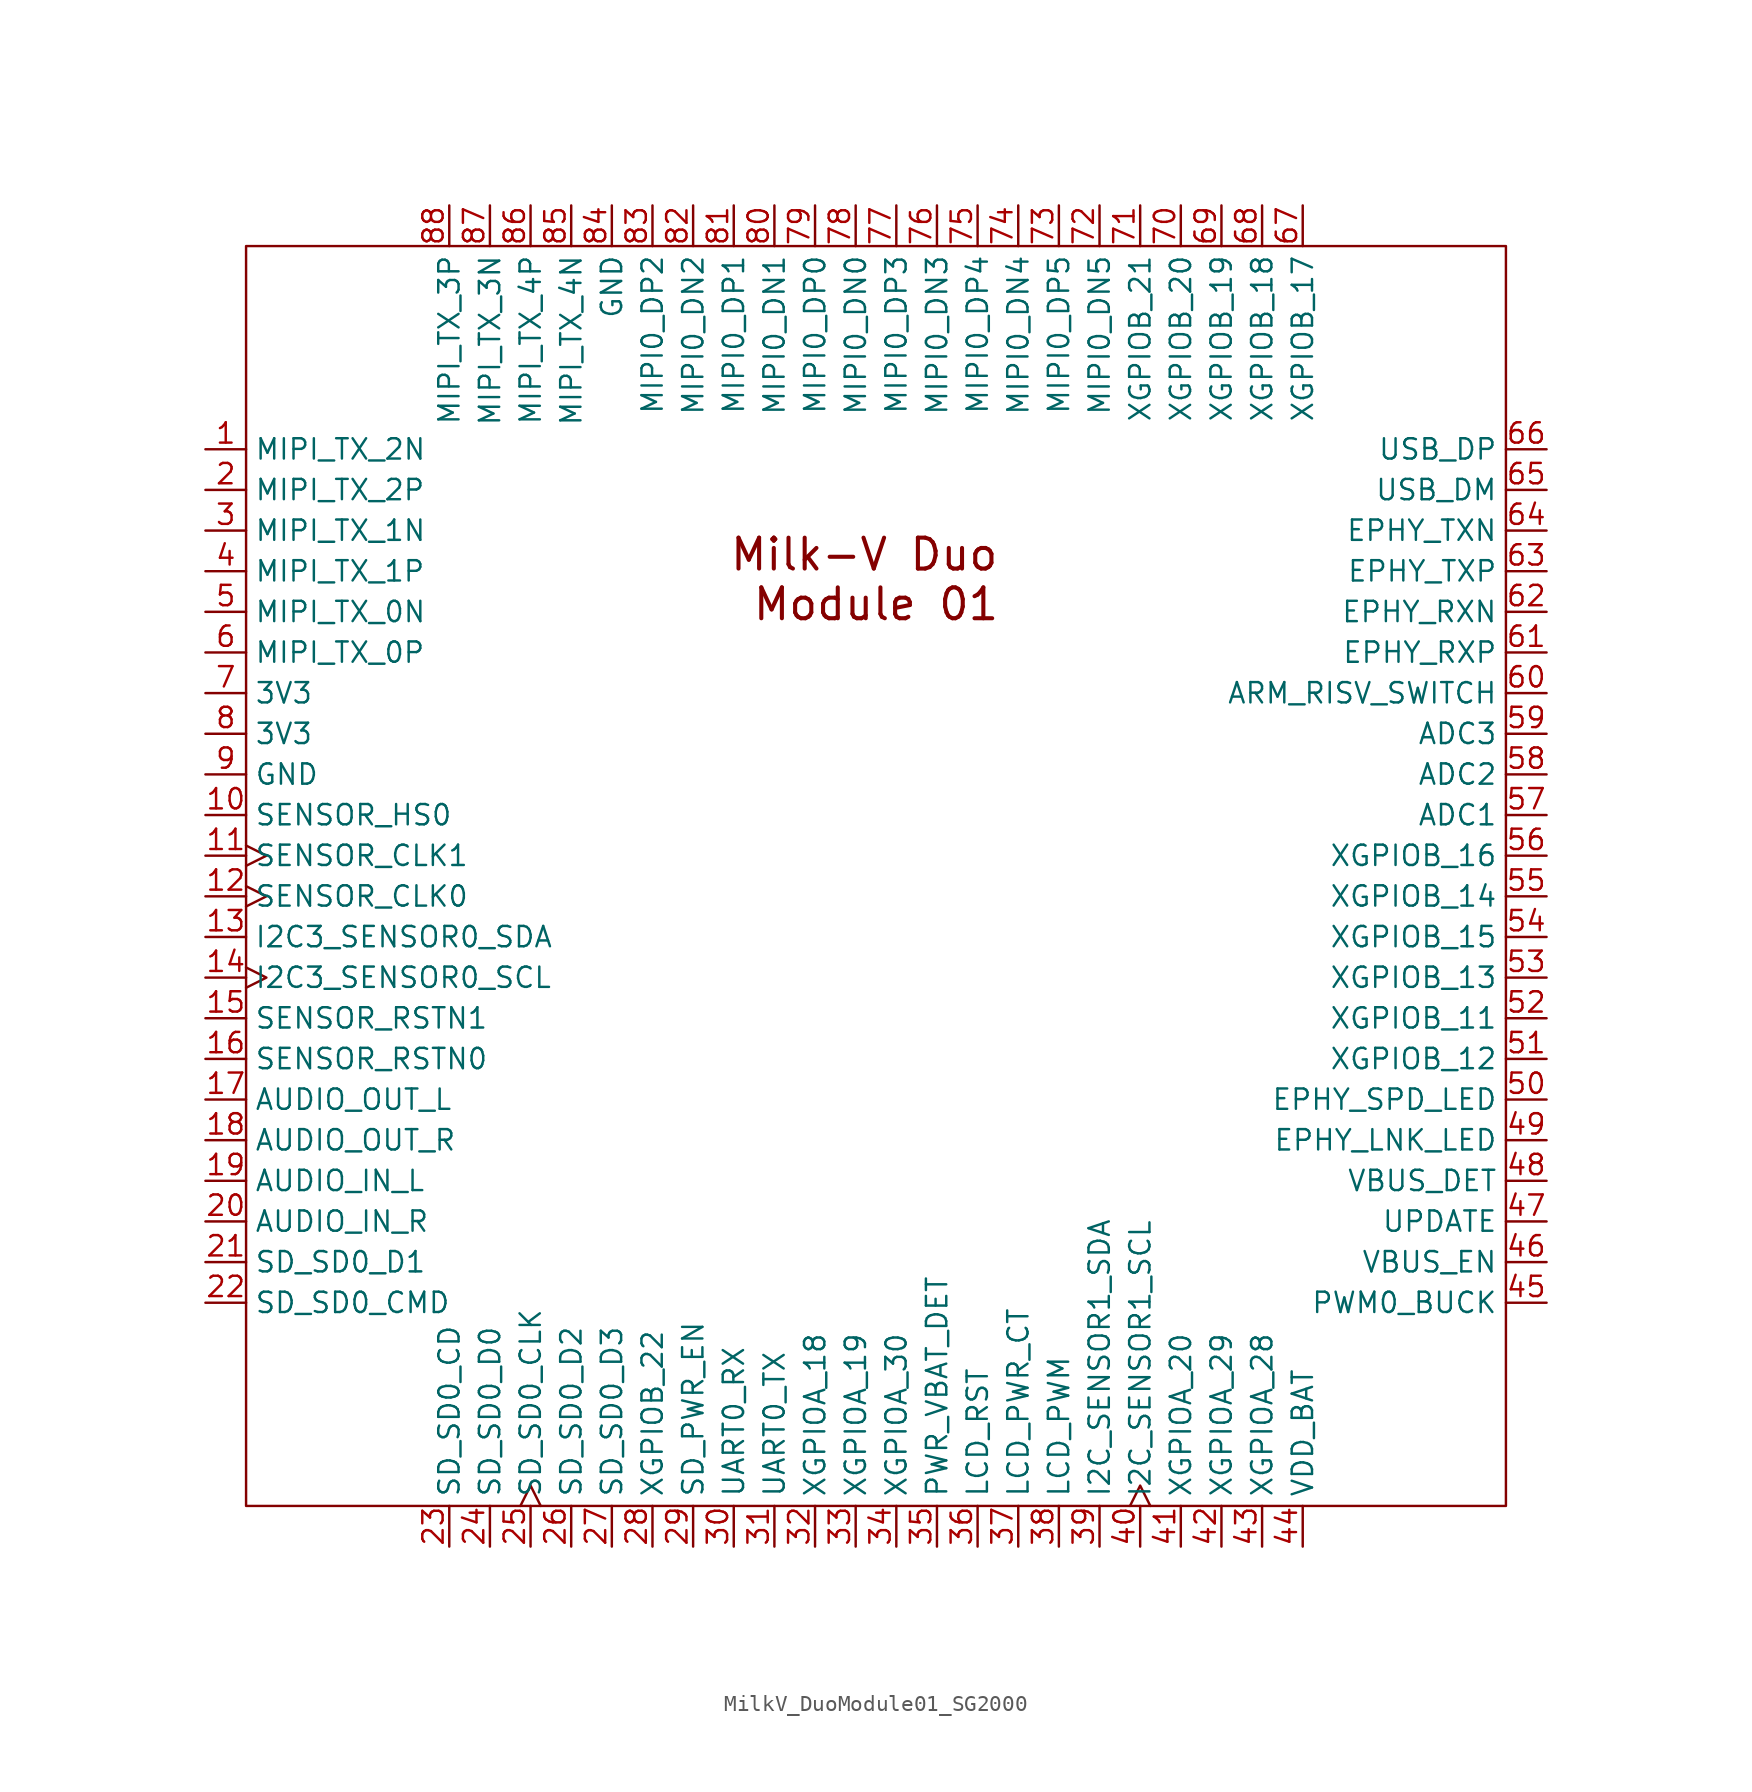
<source format=kicad_sym>
(kicad_symbol_lib
  (version 20241209)
  (generator "kicad_symbol_editor")
  (generator_version "9.0")
  (symbol "MilkV_DuoModule01_SG2000"
    (property "Reference" "U"
      (at 0 0 0)
      (effects (font (size 1.93 1.93)) (hide yes)))
    (property "Value" ""
      (at 0 0 0)
      (effects (font (size 1.27 1.27))))
    (symbol "MilkV_DuoModule01_SG2000_0_1"
      (rectangle (start -39.37 39.37) (end 39.37 -39.37) (stroke (width 0) (type default)) (fill (type none))))
    (symbol "MilkV_DuoModule01_SG2000_1_1"
      (text "Milk-V Duo \nModule 01" (at 0 18.542 0) (effects (font (size 1.93 1.93) (thickness 0.254) (bold yes))))
      (pin output line (at -41.91 26.67 0) (length 2.54) (name "MIPI_TX_2N" (effects (font (size 1.27 1.27)))) (number "1" (effects (font (size 1.27 1.27)))) (alternate "MIPI_TX_CN" output line) (alternate "XGPIO_16" bidirectional line))
      (pin output line (at -41.91 24.13 0) (length 2.54) (name "MIPI_TX_2P" (effects (font (size 1.27 1.27)))) (number "2" (effects (font (size 1.27 1.27)))) (alternate "MIPI_TX_CP" output line) (alternate "XGPIOC_17" bidirectional line))
      (pin output line (at -41.91 21.59 0) (length 2.54) (name "MIPI_TX_1N" (effects (font (size 1.27 1.27)))) (number "3" (effects (font (size 1.27 1.27)))) (alternate "XGPIOC_14" bidirectional line))
      (pin output line (at -41.91 19.05 0) (length 2.54) (name "MIPI_TX_1P" (effects (font (size 1.27 1.27)))) (number "4" (effects (font (size 1.27 1.27)))) (alternate "XGPIOC_15" bidirectional line))
      (pin output line (at -41.91 16.51 0) (length 2.54) (name "MIPI_TX_0N" (effects (font (size 1.27 1.27)))) (number "5" (effects (font (size 1.27 1.27)))) (alternate "XGPIOC_12" bidirectional line))
      (pin output line (at -41.91 13.97 0) (length 2.54) (name "MIPI_TX_0P" (effects (font (size 1.27 1.27)))) (number "6" (effects (font (size 1.27 1.27)))) (alternate "XGPIOC_13" bidirectional line))
      (pin power_in line (at -41.91 11.43 0) (length 2.54) (name "3V3" (effects (font (size 1.27 1.27)))) (number "7" (effects (font (size 1.27 1.27)))))
      (pin power_in line (at -41.91 8.89 0) (length 2.54) (name "3V3" (effects (font (size 1.27 1.27)))) (number "8" (effects (font (size 1.27 1.27)))))
      (pin power_in line (at -41.91 6.35 0) (length 2.54) (name "GND" (effects (font (size 1.27 1.27)))) (number "9" (effects (font (size 1.27 1.27)))))
      (pin bidirectional line (at -41.91 3.81 0) (length 2.54) (name "SENSOR_HS0" (effects (font (size 1.27 1.27)))) (number "10" (effects (font (size 1.27 1.27)))) (alternate "XGPIOA_1" bidirectional line))
      (pin bidirectional clock (at -41.91 1.27 0) (length 2.54) (name "SENSOR_CLK1" (effects (font (size 1.27 1.27)))) (number "11" (effects (font (size 1.27 1.27)))) (alternate "XGPIOA_3" bidirectional line))
      (pin bidirectional clock (at -41.91 -1.27 0) (length 2.54) (name "SENSOR_CLK0" (effects (font (size 1.27 1.27)))) (number "12" (effects (font (size 1.27 1.27)))) (alternate "XGPIOA_0" bidirectional line))
      (pin bidirectional line (at -41.91 -3.81 0) (length 2.54) (name "I2C3_SENSOR0_SDA" (effects (font (size 1.27 1.27)))) (number "13" (effects (font (size 1.27 1.27)))) (alternate "XGPIOA_6" bidirectional line))
      (pin bidirectional clock (at -41.91 -6.35 0) (length 2.54) (name "I2C3_SENSOR0_SCL" (effects (font (size 1.27 1.27)))) (number "14" (effects (font (size 1.27 1.27)))) (alternate "XGPIOA_5" bidirectional line))
      (pin bidirectional line (at -41.91 -8.89 0) (length 2.54) (name "SENSOR_RSTN1" (effects (font (size 1.27 1.27)))) (number "15" (effects (font (size 1.27 1.27)))) (alternate "XGPIOA_4" bidirectional line))
      (pin bidirectional line (at -41.91 -11.43 0) (length 2.54) (name "SENSOR_RSTN0" (effects (font (size 1.27 1.27)))) (number "16" (effects (font (size 1.27 1.27)))) (alternate "XGPIOA_2" bidirectional line))
      (pin output line (at -41.91 -13.97 0) (length 2.54) (name "AUDIO_OUT_L" (effects (font (size 1.27 1.27)))) (number "17" (effects (font (size 1.27 1.27)))))
      (pin output line (at -41.91 -16.51 0) (length 2.54) (name "AUDIO_OUT_R" (effects (font (size 1.27 1.27)))) (number "18" (effects (font (size 1.27 1.27)))))
      (pin input line (at -41.91 -19.05 0) (length 2.54) (name "AUDIO_IN_L" (effects (font (size 1.27 1.27)))) (number "19" (effects (font (size 1.27 1.27)))))
      (pin input line (at -41.91 -21.59 0) (length 2.54) (name "AUDIO_IN_R" (effects (font (size 1.27 1.27)))) (number "20" (effects (font (size 1.27 1.27)))))
      (pin bidirectional line (at -41.91 -24.13 0) (length 2.54) (name "SD_SD0_D1" (effects (font (size 1.27 1.27)))) (number "21" (effects (font (size 1.27 1.27)))) (alternate "XGPIOA_10" bidirectional line))
      (pin bidirectional line (at -41.91 -26.67 0) (length 2.54) (name "SD_SD0_CMD" (effects (font (size 1.27 1.27)))) (number "22" (effects (font (size 1.27 1.27)))) (alternate "XGPIOA_8" bidirectional line))
      (pin output line (at -26.67 41.91 270) (length 2.54) (name "MIPI_TX_3P" (effects (font (size 1.27 1.27)))) (number "88" (effects (font (size 1.27 1.27)))) (alternate "XGPIOC_21" bidirectional line))
      (pin bidirectional line (at -26.67 -41.91 90) (length 2.54) (name "SD_SD0_CD" (effects (font (size 1.27 1.27)))) (number "23" (effects (font (size 1.27 1.27)))) (alternate "XGPIOA_13" bidirectional line))
      (pin output line (at -24.13 41.91 270) (length 2.54) (name "MIPI_TX_3N" (effects (font (size 1.27 1.27)))) (number "87" (effects (font (size 1.27 1.27)))) (alternate "XGPIOC_20" bidirectional line))
      (pin bidirectional line (at -24.13 -41.91 90) (length 2.54) (name "SD_SD0_D0" (effects (font (size 1.27 1.27)))) (number "24" (effects (font (size 1.27 1.27)))) (alternate "XGPIOA_9" bidirectional line))
      (pin output line (at -21.59 41.91 270) (length 2.54) (name "MIPI_TX_4P" (effects (font (size 1.27 1.27)))) (number "86" (effects (font (size 1.27 1.27)))) (alternate "XGPIOC_19" bidirectional line))
      (pin bidirectional clock (at -21.59 -41.91 90) (length 2.54) (name "SD_SD0_CLK" (effects (font (size 1.27 1.27)))) (number "25" (effects (font (size 1.27 1.27)))) (alternate "XGPIOA_7" bidirectional line))
      (pin output line (at -19.05 41.91 270) (length 2.54) (name "MIPI_TX_4N" (effects (font (size 1.27 1.27)))) (number "85" (effects (font (size 1.27 1.27)))) (alternate "XGPIOC_18" bidirectional line))
      (pin bidirectional line (at -19.05 -41.91 90) (length 2.54) (name "SD_SD0_D2" (effects (font (size 1.27 1.27)))) (number "26" (effects (font (size 1.27 1.27)))) (alternate "XGPIOA_11" bidirectional line))
      (pin power_in line (at -16.51 41.91 270) (length 2.54) (name "GND" (effects (font (size 1.27 1.27)))) (number "84" (effects (font (size 1.27 1.27)))))
      (pin bidirectional line (at -16.51 -41.91 90) (length 2.54) (name "SD_SD0_D3" (effects (font (size 1.27 1.27)))) (number "27" (effects (font (size 1.27 1.27)))) (alternate "XGPIOA_12" bidirectional line))
      (pin bidirectional line (at -13.97 41.91 270) (length 2.54) (name "MIPI0_DP2" (effects (font (size 1.27 1.27)))) (number "83" (effects (font (size 1.27 1.27)))) (alternate "XGPIOC_7" bidirectional line))
      (pin bidirectional line (at -13.97 -41.91 90) (length 2.54) (name "XGPIOB_22" (effects (font (size 1.27 1.27)))) (number "28" (effects (font (size 1.27 1.27)))) (alternate "UART2_RX" input line))
      (pin bidirectional line (at -11.43 41.91 270) (length 2.54) (name "MIPI0_DN2" (effects (font (size 1.27 1.27)))) (number "82" (effects (font (size 1.27 1.27)))) (alternate "XGPIOC_6" bidirectional line))
      (pin bidirectional line (at -11.43 -41.91 90) (length 2.54) (name "SD_PWR_EN" (effects (font (size 1.27 1.27)))) (number "29" (effects (font (size 1.27 1.27)))))
      (pin bidirectional line (at -8.89 41.91 270) (length 2.54) (name "MIPI0_DP1" (effects (font (size 1.27 1.27)))) (number "81" (effects (font (size 1.27 1.27)))) (alternate "XGPIOC_9" bidirectional line))
      (pin input line (at -8.89 -41.91 90) (length 2.54) (name "UART0_RX" (effects (font (size 1.27 1.27)))) (number "30" (effects (font (size 1.27 1.27)))) (alternate "LCD_PWM" output line) (alternate "PWM8" output line) (alternate "PWR_GPIO_0" bidirectional line) (alternate "UART2_TX" output line))
      (pin bidirectional line (at -6.35 41.91 270) (length 2.54) (name "MIPI0_DN1" (effects (font (size 1.27 1.27)))) (number "80" (effects (font (size 1.27 1.27)))) (alternate "XGPIOC_8" bidirectional line))
      (pin output line (at -6.35 -41.91 90) (length 2.54) (name "UART0_TX" (effects (font (size 1.27 1.27)))) (number "31" (effects (font (size 1.27 1.27)))) (alternate "PWM4" output line) (alternate "UART1_TX" output line) (alternate "XGPIOA_16" bidirectional line))
      (pin bidirectional line (at -3.81 41.91 270) (length 2.54) (name "MIPI0_DP0" (effects (font (size 1.27 1.27)))) (number "79" (effects (font (size 1.27 1.27)))) (alternate "XGPIOC_11" bidirectional line))
      (pin bidirectional line (at -3.81 -41.91 90) (length 2.54) (name "XGPIOA_18" (effects (font (size 1.27 1.27)))) (number "32" (effects (font (size 1.27 1.27)))) (alternate "JTAG_TCK" bidirectional line) (alternate "PWM6" output line) (alternate "UART1_CTS" bidirectional line) (alternate "UART1_RX" input line))
      (pin bidirectional line (at -1.27 41.91 270) (length 2.54) (name "MIPI0_DN0" (effects (font (size 1.27 1.27)))) (number "78" (effects (font (size 1.27 1.27)))) (alternate "XGPIOC_10" bidirectional line))
      (pin bidirectional line (at -1.27 -41.91 90) (length 2.54) (name "XGPIOA_19" (effects (font (size 1.27 1.27)))) (number "33" (effects (font (size 1.27 1.27)))) (alternate "JTAG_TMS" bidirectional line) (alternate "PWM7" output line) (alternate "UART1_RTS" bidirectional line) (alternate "UART1_TX" output line))
      (pin bidirectional line (at 1.27 41.91 270) (length 2.54) (name "MIPI0_DP3" (effects (font (size 1.27 1.27)))) (number "77" (effects (font (size 1.27 1.27)))) (alternate "XGPIOC_5" bidirectional line))
      (pin bidirectional line (at 1.27 -41.91 90) (length 2.54) (name "XGPIOA_30" (effects (font (size 1.27 1.27)))) (number "34" (effects (font (size 1.27 1.27)))))
      (pin bidirectional line (at 3.81 41.91 270) (length 2.54) (name "MIPI0_DN3" (effects (font (size 1.27 1.27)))) (number "76" (effects (font (size 1.27 1.27)))) (alternate "XGPIOC_4" bidirectional line))
      (pin bidirectional line (at 3.81 -41.91 90) (length 2.54) (name "PWR_VBAT_DET" (effects (font (size 1.27 1.27)))) (number "35" (effects (font (size 1.27 1.27)))))
      (pin bidirectional line (at 6.35 41.91 270) (length 2.54) (name "MIPI0_DP4" (effects (font (size 1.27 1.27)))) (number "75" (effects (font (size 1.27 1.27)))) (alternate "XGPIOC_3" bidirectional line))
      (pin bidirectional line (at 6.35 -41.91 90) (length 2.54) (name "LCD_RST" (effects (font (size 1.27 1.27)))) (number "36" (effects (font (size 1.27 1.27)))) (alternate "I2C2_SDA" bidirectional line) (alternate "PWM10" output line))
      (pin bidirectional line (at 8.89 41.91 270) (length 2.54) (name "MIPI0_DN4" (effects (font (size 1.27 1.27)))) (number "74" (effects (font (size 1.27 1.27)))) (alternate "XGPIOC_2" bidirectional line))
      (pin bidirectional line (at 8.89 -41.91 90) (length 2.54) (name "LCD_PWR_CT" (effects (font (size 1.27 1.27)))) (number "37" (effects (font (size 1.27 1.27)))))
      (pin bidirectional line (at 11.43 41.91 270) (length 2.54) (name "MIPI0_DP5" (effects (font (size 1.27 1.27)))) (number "73" (effects (font (size 1.27 1.27)))) (alternate "XGPIOC_1" bidirectional line))
      (pin bidirectional line (at 11.43 -41.91 90) (length 2.54) (name "LCD_PWM" (effects (font (size 1.27 1.27)))) (number "38" (effects (font (size 1.27 1.27)))))
      (pin bidirectional line (at 13.97 41.91 270) (length 2.54) (name "MIPI0_DN5" (effects (font (size 1.27 1.27)))) (number "72" (effects (font (size 1.27 1.27)))) (alternate "XGPIOC_0" bidirectional line))
      (pin bidirectional line (at 13.97 -41.91 90) (length 2.54) (name "I2C_SENSOR1_SDA" (effects (font (size 1.27 1.27)))) (number "39" (effects (font (size 1.27 1.27)))) (alternate "PWR_GPIO_13" bidirectional line))
      (pin bidirectional line (at 16.51 41.91 270) (length 2.54) (name "XGPIOB_21" (effects (font (size 1.27 1.27)))) (number "71" (effects (font (size 1.27 1.27)))) (alternate "I2C4_SDA" bidirectional line))
      (pin bidirectional clock (at 16.51 -41.91 90) (length 2.54) (name "I2C_SENSOR1_SCL" (effects (font (size 1.27 1.27)))) (number "40" (effects (font (size 1.27 1.27)))) (alternate "PWR_GPIO_12" bidirectional line))
      (pin bidirectional line (at 19.05 41.91 270) (length 2.54) (name "XGPIOB_20" (effects (font (size 1.27 1.27)))) (number "70" (effects (font (size 1.27 1.27)))) (alternate "I2C4_SCL" bidirectional clock) (alternate "PWM3" output line) (alternate "UART2_TX" output line))
      (pin bidirectional line (at 19.05 -41.91 90) (length 2.54) (name "XGPIOA_20" (effects (font (size 1.27 1.27)))) (number "41" (effects (font (size 1.27 1.27)))) (alternate "JTAG_TRST" bidirectional line))
      (pin bidirectional line (at 21.59 41.91 270) (length 2.54) (name "XGPIOB_19" (effects (font (size 1.27 1.27)))) (number "69" (effects (font (size 1.27 1.27)))) (alternate "PWM2" output line) (alternate "UART2_TX" output line))
      (pin bidirectional line (at 21.59 -41.91 90) (length 2.54) (name "XGPIOA_29" (effects (font (size 1.27 1.27)))) (number "42" (effects (font (size 1.27 1.27)))))
      (pin bidirectional line (at 24.13 41.91 270) (length 2.54) (name "XGPIOB_18" (effects (font (size 1.27 1.27)))) (number "68" (effects (font (size 1.27 1.27)))) (alternate "I2C1_SCL" bidirectional clock))
      (pin bidirectional line (at 24.13 -41.91 90) (length 2.54) (name "XGPIOA_28" (effects (font (size 1.27 1.27)))) (number "43" (effects (font (size 1.27 1.27)))) (alternate "UART1_TX" output line) (alternate "UART2_TX" output line))
      (pin bidirectional line (at 26.67 41.91 270) (length 2.54) (name "XGPIOB_17" (effects (font (size 1.27 1.27)))) (number "67" (effects (font (size 1.27 1.27)))) (alternate "I2C1_SDA" bidirectional line))
      (pin power_in line (at 26.67 -41.91 90) (length 2.54) (name "VDD_BAT" (effects (font (size 1.27 1.27)))) (number "44" (effects (font (size 1.27 1.27)))))
      (pin bidirectional line (at 41.91 26.67 180) (length 2.54) (name "USB_DP" (effects (font (size 1.27 1.27)))) (number "66" (effects (font (size 1.27 1.27)))))
      (pin bidirectional line (at 41.91 24.13 180) (length 2.54) (name "USB_DM" (effects (font (size 1.27 1.27)))) (number "65" (effects (font (size 1.27 1.27)))))
      (pin output line (at 41.91 21.59 180) (length 2.54) (name "EPHY_TXN" (effects (font (size 1.27 1.27)))) (number "64" (effects (font (size 1.27 1.27)))) (alternate "XGPIOB_27" bidirectional line))
      (pin output line (at 41.91 19.05 180) (length 2.54) (name "EPHY_TXP" (effects (font (size 1.27 1.27)))) (number "63" (effects (font (size 1.27 1.27)))) (alternate "XGPIOB_26" bidirectional line))
      (pin input line (at 41.91 16.51 180) (length 2.54) (name "EPHY_RXN" (effects (font (size 1.27 1.27)))) (number "62" (effects (font (size 1.27 1.27)))) (alternate "XGPIOB_25" bidirectional line))
      (pin input line (at 41.91 13.97 180) (length 2.54) (name "EPHY_RXP" (effects (font (size 1.27 1.27)))) (number "61" (effects (font (size 1.27 1.27)))) (alternate "XGPIOB_24" bidirectional line))
      (pin input line (at 41.91 11.43 180) (length 2.54) (name "ARM_RISV_SWITCH" (effects (font (size 1.27 1.27)))) (number "60" (effects (font (size 1.27 1.27)))) (alternate "XGPIOB_23" bidirectional line))
      (pin bidirectional line (at 41.91 8.89 180) (length 2.54) (name "ADC3" (effects (font (size 1.27 1.27)))) (number "59" (effects (font (size 1.27 1.27)))) (alternate "I2C4_SCL" bidirectional clock) (alternate "PWM12" output line) (alternate "UART3_TX" output line) (alternate "XGPIOB_1" bidirectional line))
      (pin bidirectional line (at 41.91 6.35 180) (length 2.54) (name "ADC2" (effects (font (size 1.27 1.27)))) (number "58" (effects (font (size 1.27 1.27)))) (alternate "I2C4_SDA" bidirectional line) (alternate "PWM13" output line) (alternate "UART3_RX" input line) (alternate "XGPIOB_2" bidirectional line))
      (pin bidirectional line (at 41.91 3.81 180) (length 2.54) (name "ADC1" (effects (font (size 1.27 1.27)))) (number "57" (effects (font (size 1.27 1.27)))) (alternate "XGPIOB_3" bidirectional line))
      (pin bidirectional line (at 41.91 1.27 180) (length 2.54) (name "XGPIOB_16" (effects (font (size 1.27 1.27)))) (number "56" (effects (font (size 1.27 1.27)))) (alternate "SPI3_CS" output line) (alternate "UART2_RX" input line))
      (pin bidirectional line (at 41.91 -1.27 180) (length 2.54) (name "XGPIOB_14" (effects (font (size 1.27 1.27)))) (number "55" (effects (font (size 1.27 1.27)))) (alternate "I2C2_SDA" bidirectional line) (alternate "SPI3_SDI" bidirectional line))
      (pin bidirectional line (at 41.91 -3.81 180) (length 2.54) (name "XGPIOB_15" (effects (font (size 1.27 1.27)))) (number "54" (effects (font (size 1.27 1.27)))) (alternate "SPI3_SCK" bidirectional clock) (alternate "UART2_TX" output line))
      (pin bidirectional line (at 41.91 -6.35 180) (length 2.54) (name "XGPIOB_13" (effects (font (size 1.27 1.27)))) (number "53" (effects (font (size 1.27 1.27)))) (alternate "I2C2_SCL" bidirectional clock) (alternate "PWM3" output line) (alternate "SPI3_SD0" output line))
      (pin bidirectional line (at 41.91 -8.89 180) (length 2.54) (name "XGPIOB_11" (effects (font (size 1.27 1.27)))) (number "52" (effects (font (size 1.27 1.27)))) (alternate "I2C1_SDA" bidirectional line) (alternate "PWM1" output line) (alternate "UART2_TX" output line))
      (pin bidirectional line (at 41.91 -11.43 180) (length 2.54) (name "XGPIOB_12" (effects (font (size 1.27 1.27)))) (number "51" (effects (font (size 1.27 1.27)))) (alternate "I2C1_SCL" bidirectional clock) (alternate "PWM2" output line) (alternate "UART2_RX" input line))
      (pin bidirectional line (at 41.91 -13.97 180) (length 2.54) (name "EPHY_SPD_LED" (effects (font (size 1.27 1.27)))) (number "50" (effects (font (size 1.27 1.27)))) (alternate "PWR_GPIO_8" bidirectional line))
      (pin bidirectional line (at 41.91 -16.51 180) (length 2.54) (name "EPHY_LNK_LED" (effects (font (size 1.27 1.27)))) (number "49" (effects (font (size 1.27 1.27)))) (alternate "PWR_GPIO_6" bidirectional line))
      (pin bidirectional line (at 41.91 -19.05 180) (length 2.54) (name "VBUS_DET" (effects (font (size 1.27 1.27)))) (number "48" (effects (font (size 1.27 1.27)))) (alternate "XGPIOB_6" bidirectional line))
      (pin bidirectional line (at 41.91 -21.59 180) (length 2.54) (name "UPDATE" (effects (font (size 1.27 1.27)))) (number "47" (effects (font (size 1.27 1.27)))) (alternate "XGPIOB_4" bidirectional line))
      (pin bidirectional line (at 41.91 -24.13 180) (length 2.54) (name "VBUS_EN" (effects (font (size 1.27 1.27)))) (number "46" (effects (font (size 1.27 1.27)))) (alternate "XGPIOB_5" bidirectional line))
      (pin bidirectional line (at 41.91 -26.67 180) (length 2.54) (name "PWM0_BUCK" (effects (font (size 1.27 1.27)))) (number "45" (effects (font (size 1.27 1.27)))) (alternate "XGPIOB_0" bidirectional line)))))
</source>
